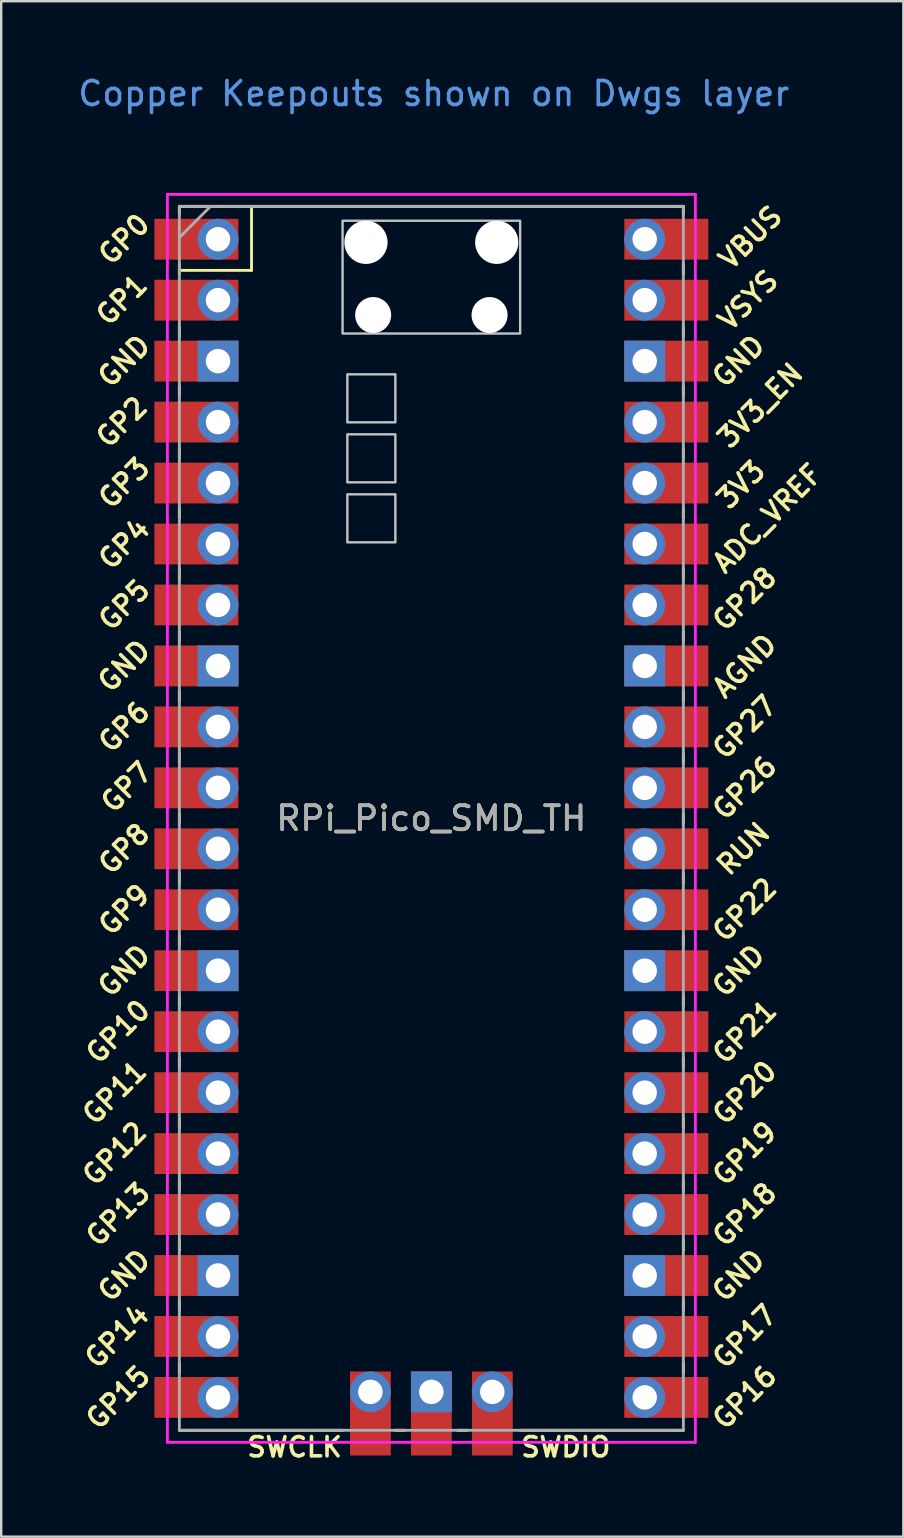
<source format=kicad_pcb>
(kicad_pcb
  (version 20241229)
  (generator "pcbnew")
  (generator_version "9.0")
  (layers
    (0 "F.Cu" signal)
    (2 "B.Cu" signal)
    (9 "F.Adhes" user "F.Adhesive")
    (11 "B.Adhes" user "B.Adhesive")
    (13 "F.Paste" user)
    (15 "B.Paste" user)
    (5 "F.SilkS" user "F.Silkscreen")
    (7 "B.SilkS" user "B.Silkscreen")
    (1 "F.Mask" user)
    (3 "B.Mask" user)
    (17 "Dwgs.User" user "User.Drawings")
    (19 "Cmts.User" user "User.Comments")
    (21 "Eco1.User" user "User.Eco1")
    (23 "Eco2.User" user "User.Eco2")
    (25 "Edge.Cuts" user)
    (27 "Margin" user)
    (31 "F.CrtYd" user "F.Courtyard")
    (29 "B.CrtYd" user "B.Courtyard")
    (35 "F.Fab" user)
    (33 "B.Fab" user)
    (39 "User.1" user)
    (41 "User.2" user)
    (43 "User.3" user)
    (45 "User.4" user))
  (footprint "RPi_Pico_SMD_TH"
    (layer "F.Cu")
    (at 14.924 31.048)
    (property "Reference" "RPi_Pico_SMD_TH" (at 0 0 0) (layer "F.SilkS") (effects (font (size 1 1) (thickness 0.15))))
    (attr through_hole)
    (fp_line (start -10.5 -25.5) (end -10.5 -25.2) (stroke (width 0.12) (type solid)) (layer "F.SilkS"))
    (fp_line (start -10.5 -25.5) (end 10.5 -25.5) (stroke (width 0.12) (type solid)) (layer "F.SilkS"))
    (fp_line (start -10.5 -23.1) (end -10.5 -22.7) (stroke (width 0.12) (type solid)) (layer "F.SilkS"))
    (fp_line (start -10.5 -22.833) (end -7.493 -22.833) (stroke (width 0.12) (type solid)) (layer "F.SilkS"))
    (fp_line (start -10.5 -20.5) (end -10.5 -20.1) (stroke (width 0.12) (type solid)) (layer "F.SilkS"))
    (fp_line (start -10.5 -18) (end -10.5 -17.6) (stroke (width 0.12) (type solid)) (layer "F.SilkS"))
    (fp_line (start -10.5 -15.4) (end -10.5 -15) (stroke (width 0.12) (type solid)) (layer "F.SilkS"))
    (fp_line (start -10.5 -12.9) (end -10.5 -12.5) (stroke (width 0.12) (type solid)) (layer "F.SilkS"))
    (fp_line (start -10.5 -10.4) (end -10.5 -10) (stroke (width 0.12) (type solid)) (layer "F.SilkS"))
    (fp_line (start -10.5 -7.8) (end -10.5 -7.4) (stroke (width 0.12) (type solid)) (layer "F.SilkS"))
    (fp_line (start -10.5 -5.3) (end -10.5 -4.9) (stroke (width 0.12) (type solid)) (layer "F.SilkS"))
    (fp_line (start -10.5 -2.7) (end -10.5 -2.3) (stroke (width 0.12) (type solid)) (layer "F.SilkS"))
    (fp_line (start -10.5 -0.2) (end -10.5 0.2) (stroke (width 0.12) (type solid)) (layer "F.SilkS"))
    (fp_line (start -10.5 2.3) (end -10.5 2.7) (stroke (width 0.12) (type solid)) (layer "F.SilkS"))
    (fp_line (start -10.5 4.9) (end -10.5 5.3) (stroke (width 0.12) (type solid)) (layer "F.SilkS"))
    (fp_line (start -10.5 7.4) (end -10.5 7.8) (stroke (width 0.12) (type solid)) (layer "F.SilkS"))
    (fp_line (start -10.5 10) (end -10.5 10.4) (stroke (width 0.12) (type solid)) (layer "F.SilkS"))
    (fp_line (start -10.5 12.5) (end -10.5 12.9) (stroke (width 0.12) (type solid)) (layer "F.SilkS"))
    (fp_line (start -10.5 15.1) (end -10.5 15.5) (stroke (width 0.12) (type solid)) (layer "F.SilkS"))
    (fp_line (start -10.5 17.6) (end -10.5 18) (stroke (width 0.12) (type solid)) (layer "F.SilkS"))
    (fp_line (start -10.5 20.1) (end -10.5 20.5) (stroke (width 0.12) (type solid)) (layer "F.SilkS"))
    (fp_line (start -10.5 22.7) (end -10.5 23.1) (stroke (width 0.12) (type solid)) (layer "F.SilkS"))
    (fp_line (start -7.493 -22.833) (end -7.493 -25.5) (stroke (width 0.12) (type solid)) (layer "F.SilkS"))
    (fp_line (start -3.7 25.5) (end -10.5 25.5) (stroke (width 0.12) (type solid)) (layer "F.SilkS"))
    (fp_line (start -1.5 25.5) (end -1.1 25.5) (stroke (width 0.12) (type solid)) (layer "F.SilkS"))
    (fp_line (start 1.1 25.5) (end 1.5 25.5) (stroke (width 0.12) (type solid)) (layer "F.SilkS"))
    (fp_line (start 10.5 -25.5) (end 10.5 -25.2) (stroke (width 0.12) (type solid)) (layer "F.SilkS"))
    (fp_line (start 10.5 -23.1) (end 10.5 -22.7) (stroke (width 0.12) (type solid)) (layer "F.SilkS"))
    (fp_line (start 10.5 -20.5) (end 10.5 -20.1) (stroke (width 0.12) (type solid)) (layer "F.SilkS"))
    (fp_line (start 10.5 -18) (end 10.5 -17.6) (stroke (width 0.12) (type solid)) (layer "F.SilkS"))
    (fp_line (start 10.5 -15.4) (end 10.5 -15) (stroke (width 0.12) (type solid)) (layer "F.SilkS"))
    (fp_line (start 10.5 -12.9) (end 10.5 -12.5) (stroke (width 0.12) (type solid)) (layer "F.SilkS"))
    (fp_line (start 10.5 -10.4) (end 10.5 -10) (stroke (width 0.12) (type solid)) (layer "F.SilkS"))
    (fp_line (start 10.5 -7.8) (end 10.5 -7.4) (stroke (width 0.12) (type solid)) (layer "F.SilkS"))
    (fp_line (start 10.5 -5.3) (end 10.5 -4.9) (stroke (width 0.12) (type solid)) (layer "F.SilkS"))
    (fp_line (start 10.5 -2.7) (end 10.5 -2.3) (stroke (width 0.12) (type solid)) (layer "F.SilkS"))
    (fp_line (start 10.5 -0.2) (end 10.5 0.2) (stroke (width 0.12) (type solid)) (layer "F.SilkS"))
    (fp_line (start 10.5 2.3) (end 10.5 2.7) (stroke (width 0.12) (type solid)) (layer "F.SilkS"))
    (fp_line (start 10.5 4.9) (end 10.5 5.3) (stroke (width 0.12) (type solid)) (layer "F.SilkS"))
    (fp_line (start 10.5 7.4) (end 10.5 7.8) (stroke (width 0.12) (type solid)) (layer "F.SilkS"))
    (fp_line (start 10.5 10) (end 10.5 10.4) (stroke (width 0.12) (type solid)) (layer "F.SilkS"))
    (fp_line (start 10.5 12.5) (end 10.5 12.9) (stroke (width 0.12) (type solid)) (layer "F.SilkS"))
    (fp_line (start 10.5 15.1) (end 10.5 15.5) (stroke (width 0.12) (type solid)) (layer "F.SilkS"))
    (fp_line (start 10.5 17.6) (end 10.5 18) (stroke (width 0.12) (type solid)) (layer "F.SilkS"))
    (fp_line (start 10.5 20.1) (end 10.5 20.5) (stroke (width 0.12) (type solid)) (layer "F.SilkS"))
    (fp_line (start 10.5 22.7) (end 10.5 23.1) (stroke (width 0.12) (type solid)) (layer "F.SilkS"))
    (fp_line (start 10.5 25.5) (end 3.7 25.5) (stroke (width 0.12) (type solid)) (layer "F.SilkS"))
    (fp_poly (pts (xy -1.5 -16.5) (xy -3.5 -16.5) (xy -3.5 -18.5) (xy -1.5 -18.5)) (stroke (width 0.1) (type solid)) (fill no) (layer "Dwgs.User"))
    (fp_poly (pts (xy -1.5 -14) (xy -3.5 -14) (xy -3.5 -16) (xy -1.5 -16)) (stroke (width 0.1) (type solid)) (fill no) (layer "Dwgs.User"))
    (fp_poly (pts (xy -1.5 -11.5) (xy -3.5 -11.5) (xy -3.5 -13.5) (xy -1.5 -13.5)) (stroke (width 0.1) (type solid)) (fill no) (layer "Dwgs.User"))
    (fp_poly (pts (xy 3.7 -20.2) (xy -3.7 -20.2) (xy -3.7 -24.9) (xy 3.7 -24.9)) (stroke (width 0.1) (type solid)) (fill no) (layer "Dwgs.User"))
    (fp_line (start -11 -26) (end 11 -26) (stroke (width 0.12) (type solid)) (layer "F.CrtYd"))
    (fp_line (start -11 26) (end -11 -26) (stroke (width 0.12) (type solid)) (layer "F.CrtYd"))
    (fp_line (start 11 -26) (end 11 26) (stroke (width 0.12) (type solid)) (layer "F.CrtYd"))
    (fp_line (start 11 26) (end -11 26) (stroke (width 0.12) (type solid)) (layer "F.CrtYd"))
    (fp_line (start -10.5 -25.5) (end 10.5 -25.5) (stroke (width 0.12) (type solid)) (layer "F.Fab"))
    (fp_line (start -10.5 -24.2) (end -9.2 -25.5) (stroke (width 0.12) (type solid)) (layer "F.Fab"))
    (fp_line (start -10.5 25.5) (end -10.5 -25.5) (stroke (width 0.12) (type solid)) (layer "F.Fab"))
    (fp_line (start 10.5 -25.5) (end 10.5 25.5) (stroke (width 0.12) (type solid)) (layer "F.Fab"))
    (fp_line (start 10.5 25.5) (end -10.5 25.5) (stroke (width 0.12) (type solid)) (layer "F.Fab"))
    (fp_text user "3V3" (at 12.9 -13.9 45) (layer "F.SilkS") (effects (font (size 0.8 0.8) (thickness 0.15))))
    (fp_text user "GP28" (at 13.054 -9.144 45) (layer "F.SilkS") (effects (font (size 0.8 0.8) (thickness 0.15))))
    (fp_text user "GP27" (at 13.054 -3.8 45) (layer "F.SilkS") (effects (font (size 0.8 0.8) (thickness 0.15))))
    (fp_text user "GP5" (at -12.8 -8.89 45) (layer "F.SilkS") (effects (font (size 0.8 0.8) (thickness 0.15))))
    (fp_text user "GP18" (at 13.054 16.51 45) (layer "F.SilkS") (effects (font (size 0.8 0.8) (thickness 0.15))))
    (fp_text user "GP6" (at -12.8 -3.81 45) (layer "F.SilkS") (effects (font (size 0.8 0.8) (thickness 0.15))))
    (fp_text user "GP2" (at -12.9 -16.51 45) (layer "F.SilkS") (effects (font (size 0.8 0.8) (thickness 0.15))))
    (fp_text user "GND" (at 12.8 6.35 45) (layer "F.SilkS") (effects (font (size 0.8 0.8) (thickness 0.15))))
    (fp_text user "GND" (at -12.8 -19.05 45) (layer "F.SilkS") (effects (font (size 0.8 0.8) (thickness 0.15))))
    (fp_text user "GND" (at -12.8 19.05 45) (layer "F.SilkS") (effects (font (size 0.8 0.8) (thickness 0.15))))
    (fp_text user "GP10" (at -13.054 8.89 45) (layer "F.SilkS") (effects (font (size 0.8 0.8) (thickness 0.15))))
    (fp_text user "GP1" (at -12.9 -21.6 45) (layer "F.SilkS") (effects (font (size 0.8 0.8) (thickness 0.15))))
    (fp_text user "GP13" (at -13.054 16.51 45) (layer "F.SilkS") (effects (font (size 0.8 0.8) (thickness 0.15))))
    (fp_text user "GP22" (at 13.054 3.81 45) (layer "F.SilkS") (effects (font (size 0.8 0.8) (thickness 0.15))))
    (fp_text user "ADC_VREF" (at 14 -12.5 45) (layer "F.SilkS") (effects (font (size 0.8 0.8) (thickness 0.15))))
    (fp_text user "SWDIO" (at 5.6 26.2 0) (layer "F.SilkS") (effects (font (size 0.8 0.8) (thickness 0.15))))
    (fp_text user "GP20" (at 13.054 11.43 45) (layer "F.SilkS") (effects (font (size 0.8 0.8) (thickness 0.15))))
    (fp_text user "GP0" (at -12.8 -24.13 45) (layer "F.SilkS") (effects (font (size 0.8 0.8) (thickness 0.15))))
    (fp_text user "GP21" (at 13.054 8.9 45) (layer "F.SilkS") (effects (font (size 0.8 0.8) (thickness 0.15))))
    (fp_text user "GP16" (at 13.054 24.13 45) (layer "F.SilkS") (effects (font (size 0.8 0.8) (thickness 0.15))))
    (fp_text user "GP3" (at -12.8 -13.97 45) (layer "F.SilkS") (effects (font (size 0.8 0.8) (thickness 0.15))))
    (fp_text user "GP12" (at -13.2 13.97 45) (layer "F.SilkS") (effects (font (size 0.8 0.8) (thickness 0.15))))
    (fp_text user "3V3_EN" (at 13.7 -17.2 45) (layer "F.SilkS") (effects (font (size 0.8 0.8) (thickness 0.15))))
    (fp_text user "VBUS" (at 13.3 -24.2 45) (layer "F.SilkS") (effects (font (size 0.8 0.8) (thickness 0.15))))
    (fp_text user "AGND" (at 13.054 -6.35 45) (layer "F.SilkS") (effects (font (size 0.8 0.8) (thickness 0.15))))
    (fp_text user "GP17" (at 13.054 21.59 45) (layer "F.SilkS") (effects (font (size 0.8 0.8) (thickness 0.15))))
    (fp_text user "GND" (at 12.8 -19.05 45) (layer "F.SilkS") (effects (font (size 0.8 0.8) (thickness 0.15))))
    (fp_text user "GP9" (at -12.8 3.81 45) (layer "F.SilkS") (effects (font (size 0.8 0.8) (thickness 0.15))))
    (fp_text user "GP11" (at -13.2 11.43 45) (layer "F.SilkS") (effects (font (size 0.8 0.8) (thickness 0.15))))
    (fp_text user "SWCLK" (at -5.7 26.2 0) (layer "F.SilkS") (effects (font (size 0.8 0.8) (thickness 0.15))))
    (fp_text user "GP19" (at 13.054 13.97 45) (layer "F.SilkS") (effects (font (size 0.8 0.8) (thickness 0.15))))
    (fp_text user "VSYS" (at 13.2 -21.59 45) (layer "F.SilkS") (effects (font (size 0.8 0.8) (thickness 0.15))))
    (fp_text user "GP26" (at 13.054 -1.27 45) (layer "F.SilkS") (effects (font (size 0.8 0.8) (thickness 0.15))))
    (fp_text user "GP15" (at -13.054 24.13 45) (layer "F.SilkS") (effects (font (size 0.8 0.8) (thickness 0.15))))
    (fp_text user "GP7" (at -12.7 -1.3 45) (layer "F.SilkS") (effects (font (size 0.8 0.8) (thickness 0.15))))
    (fp_text user "GND" (at 12.8 19.05 45) (layer "F.SilkS") (effects (font (size 0.8 0.8) (thickness 0.15))))
    (fp_text user "GP4" (at -12.8 -11.43 45) (layer "F.SilkS") (effects (font (size 0.8 0.8) (thickness 0.15))))
    (fp_text user "GND" (at -12.8 6.35 45) (layer "F.SilkS") (effects (font (size 0.8 0.8) (thickness 0.15))))
    (fp_text user "GP8" (at -12.8 1.27 45) (layer "F.SilkS") (effects (font (size 0.8 0.8) (thickness 0.15))))
    (fp_text user "GP14" (at -13.1 21.59 45) (layer "F.SilkS") (effects (font (size 0.8 0.8) (thickness 0.15))))
    (fp_text user "GND" (at -12.8 -6.35 45) (layer "F.SilkS") (effects (font (size 0.8 0.8) (thickness 0.15))))
    (fp_text user "RUN" (at 13 1.27 45) (layer "F.SilkS") (effects (font (size 0.8 0.8) (thickness 0.15))))
    (fp_text user "Copper Keepouts shown on Dwgs layer" (at 0.1 -30.2 0) (layer "Cmts.User") (effects (font (size 1 1) (thickness 0.15))))
    (fp_text user "${REFERENCE}" (at 0 0 180) (layer "F.Fab") (effects (font (size 1 1) (thickness 0.15))))
    (pad "" np_thru_hole oval (at -2.725 -24) (size 1.8 1.8) (drill 1.8) (layers "*.Cu" "*.Mask"))
    (pad "" np_thru_hole oval (at -2.425 -20.97) (size 1.5 1.5) (drill 1.5) (layers "*.Cu" "*.Mask"))
    (pad "" np_thru_hole oval (at 2.425 -20.97) (size 1.5 1.5) (drill 1.5) (layers "*.Cu" "*.Mask"))
    (pad "" np_thru_hole oval (at 2.725 -24) (size 1.8 1.8) (drill 1.8) (layers "*.Cu" "*.Mask"))
    (pad "1" thru_hole oval (at -8.89 -24.13) (size 1.7 1.7) (drill 1.02) (layers "*.Cu" "*.Mask"))
    (pad "1" smd rect (at -8.89 -24.13) (size 3.5 1.7) (drill (offset -0.9 0)) (layers "F.Cu" "F.Mask"))
    (pad "2" thru_hole oval (at -8.89 -21.59) (size 1.7 1.7) (drill 1.02) (layers "*.Cu" "*.Mask"))
    (pad "2" smd rect (at -8.89 -21.59) (size 3.5 1.7) (drill (offset -0.9 0)) (layers "F.Cu" "F.Mask"))
    (pad "3" thru_hole rect (at -8.89 -19.05) (size 1.7 1.7) (drill 1.02) (layers "*.Cu" "*.Mask"))
    (pad "3" smd rect (at -8.89 -19.05) (size 3.5 1.7) (drill (offset -0.9 0)) (layers "F.Cu" "F.Mask"))
    (pad "4" thru_hole oval (at -8.89 -16.51) (size 1.7 1.7) (drill 1.02) (layers "*.Cu" "*.Mask"))
    (pad "4" smd rect (at -8.89 -16.51) (size 3.5 1.7) (drill (offset -0.9 0)) (layers "F.Cu" "F.Mask"))
    (pad "5" thru_hole oval (at -8.89 -13.97) (size 1.7 1.7) (drill 1.02) (layers "*.Cu" "*.Mask"))
    (pad "5" smd rect (at -8.89 -13.97) (size 3.5 1.7) (drill (offset -0.9 0)) (layers "F.Cu" "F.Mask"))
    (pad "6" thru_hole oval (at -8.89 -11.43) (size 1.7 1.7) (drill 1.02) (layers "*.Cu" "*.Mask"))
    (pad "6" smd rect (at -8.89 -11.43) (size 3.5 1.7) (drill (offset -0.9 0)) (layers "F.Cu" "F.Mask"))
    (pad "7" thru_hole oval (at -8.89 -8.89) (size 1.7 1.7) (drill 1.02) (layers "*.Cu" "*.Mask"))
    (pad "7" smd rect (at -8.89 -8.89) (size 3.5 1.7) (drill (offset -0.9 0)) (layers "F.Cu" "F.Mask"))
    (pad "8" thru_hole rect (at -8.89 -6.35) (size 1.7 1.7) (drill 1.02) (layers "*.Cu" "*.Mask"))
    (pad "8" smd rect (at -8.89 -6.35) (size 3.5 1.7) (drill (offset -0.9 0)) (layers "F.Cu" "F.Mask"))
    (pad "9" thru_hole oval (at -8.89 -3.81) (size 1.7 1.7) (drill 1.02) (layers "*.Cu" "*.Mask"))
    (pad "9" smd rect (at -8.89 -3.81) (size 3.5 1.7) (drill (offset -0.9 0)) (layers "F.Cu" "F.Mask"))
    (pad "10" thru_hole oval (at -8.89 -1.27) (size 1.7 1.7) (drill 1.02) (layers "*.Cu" "*.Mask"))
    (pad "10" smd rect (at -8.89 -1.27) (size 3.5 1.7) (drill (offset -0.9 0)) (layers "F.Cu" "F.Mask"))
    (pad "11" thru_hole oval (at -8.89 1.27) (size 1.7 1.7) (drill 1.02) (layers "*.Cu" "*.Mask"))
    (pad "11" smd rect (at -8.89 1.27) (size 3.5 1.7) (drill (offset -0.9 0)) (layers "F.Cu" "F.Mask"))
    (pad "12" thru_hole oval (at -8.89 3.81) (size 1.7 1.7) (drill 1.02) (layers "*.Cu" "*.Mask"))
    (pad "12" smd rect (at -8.89 3.81) (size 3.5 1.7) (drill (offset -0.9 0)) (layers "F.Cu" "F.Mask"))
    (pad "13" thru_hole rect (at -8.89 6.35) (size 1.7 1.7) (drill 1.02) (layers "*.Cu" "*.Mask"))
    (pad "13" smd rect (at -8.89 6.35) (size 3.5 1.7) (drill (offset -0.9 0)) (layers "F.Cu" "F.Mask"))
    (pad "14" thru_hole oval (at -8.89 8.89) (size 1.7 1.7) (drill 1.02) (layers "*.Cu" "*.Mask"))
    (pad "14" smd rect (at -8.89 8.89) (size 3.5 1.7) (drill (offset -0.9 0)) (layers "F.Cu" "F.Mask"))
    (pad "15" thru_hole oval (at -8.89 11.43) (size 1.7 1.7) (drill 1.02) (layers "*.Cu" "*.Mask"))
    (pad "15" smd rect (at -8.89 11.43) (size 3.5 1.7) (drill (offset -0.9 0)) (layers "F.Cu" "F.Mask"))
    (pad "16" thru_hole oval (at -8.89 13.97) (size 1.7 1.7) (drill 1.02) (layers "*.Cu" "*.Mask"))
    (pad "16" smd rect (at -8.89 13.97) (size 3.5 1.7) (drill (offset -0.9 0)) (layers "F.Cu" "F.Mask"))
    (pad "17" thru_hole oval (at -8.89 16.51) (size 1.7 1.7) (drill 1.02) (layers "*.Cu" "*.Mask"))
    (pad "17" smd rect (at -8.89 16.51) (size 3.5 1.7) (drill (offset -0.9 0)) (layers "F.Cu" "F.Mask"))
    (pad "18" thru_hole rect (at -8.89 19.05) (size 1.7 1.7) (drill 1.02) (layers "*.Cu" "*.Mask"))
    (pad "18" smd rect (at -8.89 19.05) (size 3.5 1.7) (drill (offset -0.9 0)) (layers "F.Cu" "F.Mask"))
    (pad "19" thru_hole oval (at -8.89 21.59) (size 1.7 1.7) (drill 1.02) (layers "*.Cu" "*.Mask"))
    (pad "19" smd rect (at -8.89 21.59) (size 3.5 1.7) (drill (offset -0.9 0)) (layers "F.Cu" "F.Mask"))
    (pad "20" thru_hole oval (at -8.89 24.13) (size 1.7 1.7) (drill 1.02) (layers "*.Cu" "*.Mask"))
    (pad "20" smd rect (at -8.89 24.13) (size 3.5 1.7) (drill (offset -0.9 0)) (layers "F.Cu" "F.Mask"))
    (pad "21" thru_hole oval (at 8.89 24.13) (size 1.7 1.7) (drill 1.02) (layers "*.Cu" "*.Mask"))
    (pad "21" smd rect (at 8.89 24.13) (size 3.5 1.7) (drill (offset 0.9 0)) (layers "F.Cu" "F.Mask"))
    (pad "22" thru_hole oval (at 8.89 21.59) (size 1.7 1.7) (drill 1.02) (layers "*.Cu" "*.Mask"))
    (pad "22" smd rect (at 8.89 21.59) (size 3.5 1.7) (drill (offset 0.9 0)) (layers "F.Cu" "F.Mask"))
    (pad "23" thru_hole rect (at 8.89 19.05) (size 1.7 1.7) (drill 1.02) (layers "*.Cu" "*.Mask"))
    (pad "23" smd rect (at 8.89 19.05) (size 3.5 1.7) (drill (offset 0.9 0)) (layers "F.Cu" "F.Mask"))
    (pad "24" thru_hole oval (at 8.89 16.51) (size 1.7 1.7) (drill 1.02) (layers "*.Cu" "*.Mask"))
    (pad "24" smd rect (at 8.89 16.51) (size 3.5 1.7) (drill (offset 0.9 0)) (layers "F.Cu" "F.Mask"))
    (pad "25" thru_hole oval (at 8.89 13.97) (size 1.7 1.7) (drill 1.02) (layers "*.Cu" "*.Mask"))
    (pad "25" smd rect (at 8.89 13.97) (size 3.5 1.7) (drill (offset 0.9 0)) (layers "F.Cu" "F.Mask"))
    (pad "26" thru_hole oval (at 8.89 11.43) (size 1.7 1.7) (drill 1.02) (layers "*.Cu" "*.Mask"))
    (pad "26" smd rect (at 8.89 11.43) (size 3.5 1.7) (drill (offset 0.9 0)) (layers "F.Cu" "F.Mask"))
    (pad "27" thru_hole oval (at 8.89 8.89) (size 1.7 1.7) (drill 1.02) (layers "*.Cu" "*.Mask"))
    (pad "27" smd rect (at 8.89 8.89) (size 3.5 1.7) (drill (offset 0.9 0)) (layers "F.Cu" "F.Mask"))
    (pad "28" thru_hole rect (at 8.89 6.35) (size 1.7 1.7) (drill 1.02) (layers "*.Cu" "*.Mask"))
    (pad "28" smd rect (at 8.89 6.35) (size 3.5 1.7) (drill (offset 0.9 0)) (layers "F.Cu" "F.Mask"))
    (pad "29" thru_hole oval (at 8.89 3.81) (size 1.7 1.7) (drill 1.02) (layers "*.Cu" "*.Mask"))
    (pad "29" smd rect (at 8.89 3.81) (size 3.5 1.7) (drill (offset 0.9 0)) (layers "F.Cu" "F.Mask"))
    (pad "30" thru_hole oval (at 8.89 1.27) (size 1.7 1.7) (drill 1.02) (layers "*.Cu" "*.Mask"))
    (pad "30" smd rect (at 8.89 1.27) (size 3.5 1.7) (drill (offset 0.9 0)) (layers "F.Cu" "F.Mask"))
    (pad "31" thru_hole oval (at 8.89 -1.27) (size 1.7 1.7) (drill 1.02) (layers "*.Cu" "*.Mask"))
    (pad "31" smd rect (at 8.89 -1.27) (size 3.5 1.7) (drill (offset 0.9 0)) (layers "F.Cu" "F.Mask"))
    (pad "32" thru_hole oval (at 8.89 -3.81) (size 1.7 1.7) (drill 1.02) (layers "*.Cu" "*.Mask"))
    (pad "32" smd rect (at 8.89 -3.81) (size 3.5 1.7) (drill (offset 0.9 0)) (layers "F.Cu" "F.Mask"))
    (pad "33" thru_hole rect (at 8.89 -6.35) (size 1.7 1.7) (drill 1.02) (layers "*.Cu" "*.Mask"))
    (pad "33" smd rect (at 8.89 -6.35) (size 3.5 1.7) (drill (offset 0.9 0)) (layers "F.Cu" "F.Mask"))
    (pad "34" thru_hole oval (at 8.89 -8.89) (size 1.7 1.7) (drill 1.02) (layers "*.Cu" "*.Mask"))
    (pad "34" smd rect (at 8.89 -8.89) (size 3.5 1.7) (drill (offset 0.9 0)) (layers "F.Cu" "F.Mask"))
    (pad "35" thru_hole oval (at 8.89 -11.43) (size 1.7 1.7) (drill 1.02) (layers "*.Cu" "*.Mask"))
    (pad "35" smd rect (at 8.89 -11.43) (size 3.5 1.7) (drill (offset 0.9 0)) (layers "F.Cu" "F.Mask"))
    (pad "36" thru_hole oval (at 8.89 -13.97) (size 1.7 1.7) (drill 1.02) (layers "*.Cu" "*.Mask"))
    (pad "36" smd rect (at 8.89 -13.97) (size 3.5 1.7) (drill (offset 0.9 0)) (layers "F.Cu" "F.Mask"))
    (pad "37" thru_hole oval (at 8.89 -16.51) (size 1.7 1.7) (drill 1.02) (layers "*.Cu" "*.Mask"))
    (pad "37" smd rect (at 8.89 -16.51) (size 3.5 1.7) (drill (offset 0.9 0)) (layers "F.Cu" "F.Mask"))
    (pad "38" thru_hole rect (at 8.89 -19.05) (size 1.7 1.7) (drill 1.02) (layers "*.Cu" "*.Mask"))
    (pad "38" smd rect (at 8.89 -19.05) (size 3.5 1.7) (drill (offset 0.9 0)) (layers "F.Cu" "F.Mask"))
    (pad "39" thru_hole oval (at 8.89 -21.59) (size 1.7 1.7) (drill 1.02) (layers "*.Cu" "*.Mask"))
    (pad "39" smd rect (at 8.89 -21.59) (size 3.5 1.7) (drill (offset 0.9 0)) (layers "F.Cu" "F.Mask"))
    (pad "40" thru_hole oval (at 8.89 -24.13) (size 1.7 1.7) (drill 1.02) (layers "*.Cu" "*.Mask"))
    (pad "40" smd rect (at 8.89 -24.13) (size 3.5 1.7) (drill (offset 0.9 0)) (layers "F.Cu" "F.Mask"))
    (pad "41" thru_hole oval (at -2.54 23.9) (size 1.7 1.7) (drill 1.02) (layers "*.Cu" "*.Mask"))
    (pad "41" smd rect (at -2.54 23.9 90) (size 3.5 1.7) (drill (offset -0.9 0)) (layers "F.Cu" "F.Mask"))
    (pad "42" thru_hole rect (at 0 23.9) (size 1.7 1.7) (drill 1.02) (layers "*.Cu" "*.Mask"))
    (pad "42" smd rect (at 0 23.9 90) (size 3.5 1.7) (drill (offset -0.9 0)) (layers "F.Cu" "F.Mask"))
    (pad "43" thru_hole oval (at 2.54 23.9) (size 1.7 1.7) (drill 1.02) (layers "*.Cu" "*.Mask"))
    (pad "43" smd rect (at 2.54 23.9 90) (size 3.5 1.7) (drill (offset -0.9 0)) (layers "F.Cu" "F.Mask")))
  (gr_rect
    (start -3 -3)
    (end 34.591 60.98)
    (stroke (width 0.1) (type default))
    (fill no)
    (layer "Edge.Cuts")))
</source>
